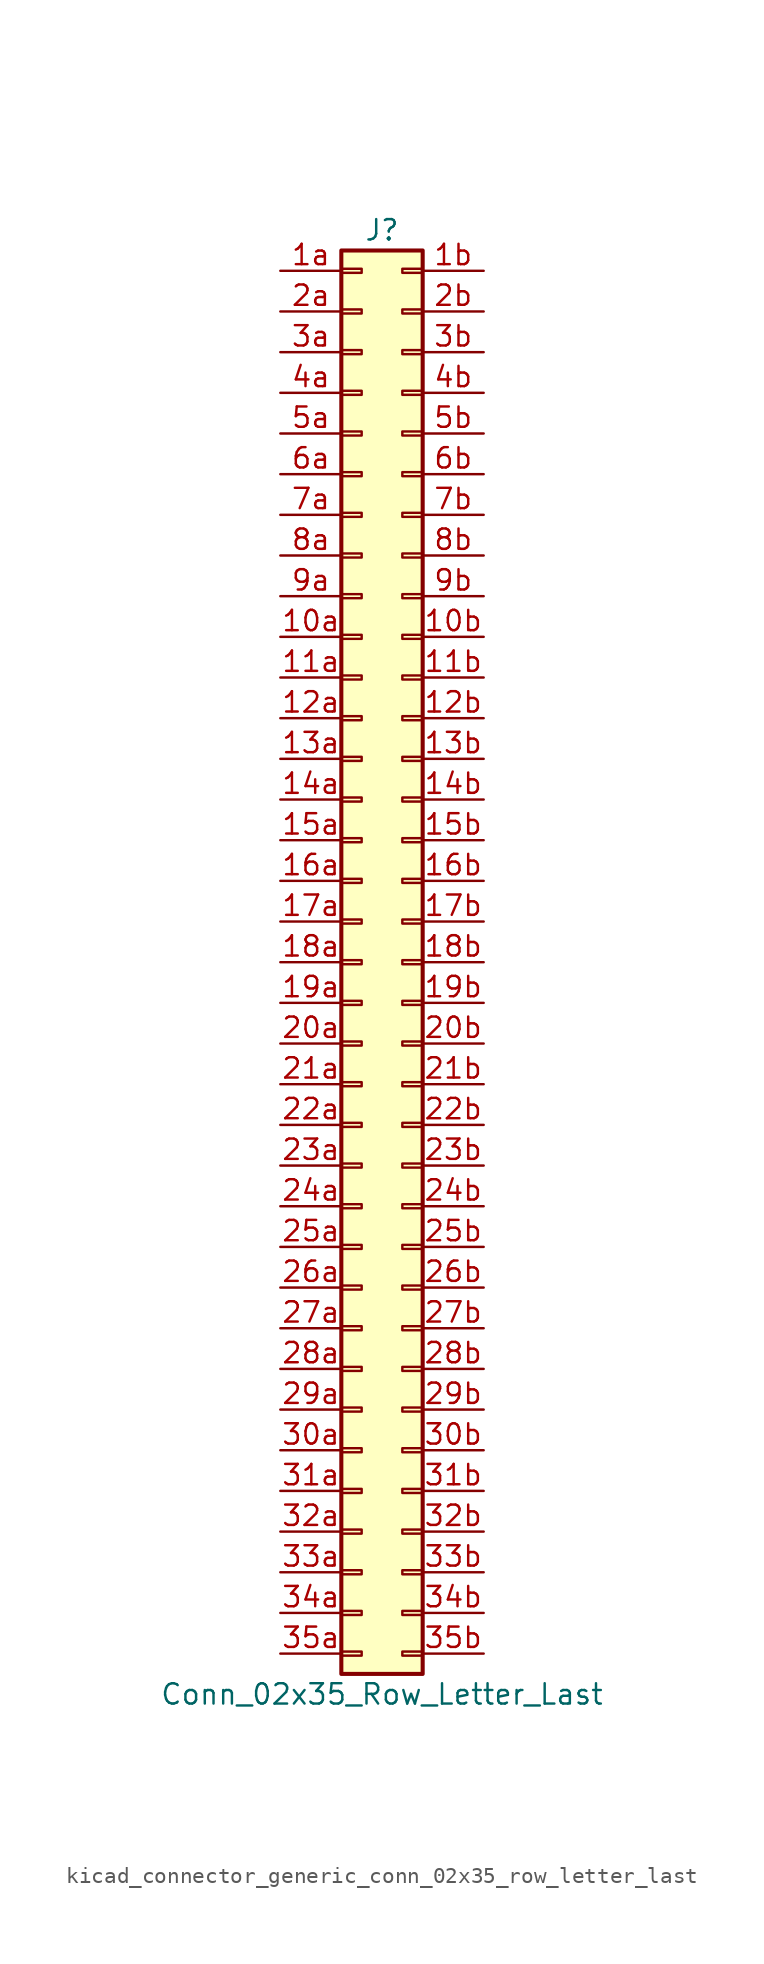
<source format=kicad_sym>
(kicad_symbol_lib
  (version 20220914)
  (generator kicad_symbol_editor)
  (symbol "kicad_connector_generic_conn_02x35_row_letter_last"
    (pin_names
      (offset 1.016) hide)
    (property "Reference" "J"
      (at 1.27 45.72 0)
      (effects (font (size 1.27 1.27))))
    (property "Value" "Conn_02x35_Row_Letter_Last"
      (at 1.27 -45.72 0)
      (effects (font (size 1.27 1.27))))
    (symbol "kicad_connector_generic_conn_02x35_row_letter_last_1_1"
      (rectangle (start -1.27 -43.053) (end 0 -43.307) (stroke (width 0.152) (type default)) (fill (type none)))
      (rectangle (start -1.27 -40.513) (end 0 -40.767) (stroke (width 0.152) (type default)) (fill (type none)))
      (rectangle (start -1.27 -37.973) (end 0 -38.227) (stroke (width 0.152) (type default)) (fill (type none)))
      (rectangle (start -1.27 -35.433) (end 0 -35.687) (stroke (width 0.152) (type default)) (fill (type none)))
      (rectangle (start -1.27 -32.893) (end 0 -33.147) (stroke (width 0.152) (type default)) (fill (type none)))
      (rectangle (start -1.27 -30.353) (end 0 -30.607) (stroke (width 0.152) (type default)) (fill (type none)))
      (rectangle (start -1.27 -27.813) (end 0 -28.067) (stroke (width 0.152) (type default)) (fill (type none)))
      (rectangle (start -1.27 -25.273) (end 0 -25.527) (stroke (width 0.152) (type default)) (fill (type none)))
      (rectangle (start -1.27 -22.733) (end 0 -22.987) (stroke (width 0.152) (type default)) (fill (type none)))
      (rectangle (start -1.27 -20.193) (end 0 -20.447) (stroke (width 0.152) (type default)) (fill (type none)))
      (rectangle (start -1.27 -17.653) (end 0 -17.907) (stroke (width 0.152) (type default)) (fill (type none)))
      (rectangle (start -1.27 -15.113) (end 0 -15.367) (stroke (width 0.152) (type default)) (fill (type none)))
      (rectangle (start -1.27 -12.573) (end 0 -12.827) (stroke (width 0.152) (type default)) (fill (type none)))
      (rectangle (start -1.27 -10.033) (end 0 -10.287) (stroke (width 0.152) (type default)) (fill (type none)))
      (rectangle (start -1.27 -7.493) (end 0 -7.747) (stroke (width 0.152) (type default)) (fill (type none)))
      (rectangle (start -1.27 -4.953) (end 0 -5.207) (stroke (width 0.152) (type default)) (fill (type none)))
      (rectangle (start -1.27 -2.413) (end 0 -2.667) (stroke (width 0.152) (type default)) (fill (type none)))
      (rectangle (start -1.27 0.127) (end 0 -0.127) (stroke (width 0.152) (type default)) (fill (type none)))
      (rectangle (start -1.27 2.667) (end 0 2.413) (stroke (width 0.152) (type default)) (fill (type none)))
      (rectangle (start -1.27 5.207) (end 0 4.953) (stroke (width 0.152) (type default)) (fill (type none)))
      (rectangle (start -1.27 7.747) (end 0 7.493) (stroke (width 0.152) (type default)) (fill (type none)))
      (rectangle (start -1.27 10.287) (end 0 10.033) (stroke (width 0.152) (type default)) (fill (type none)))
      (rectangle (start -1.27 12.827) (end 0 12.573) (stroke (width 0.152) (type default)) (fill (type none)))
      (rectangle (start -1.27 15.367) (end 0 15.113) (stroke (width 0.152) (type default)) (fill (type none)))
      (rectangle (start -1.27 17.907) (end 0 17.653) (stroke (width 0.152) (type default)) (fill (type none)))
      (rectangle (start -1.27 20.447) (end 0 20.193) (stroke (width 0.152) (type default)) (fill (type none)))
      (rectangle (start -1.27 22.987) (end 0 22.733) (stroke (width 0.152) (type default)) (fill (type none)))
      (rectangle (start -1.27 25.527) (end 0 25.273) (stroke (width 0.152) (type default)) (fill (type none)))
      (rectangle (start -1.27 28.067) (end 0 27.813) (stroke (width 0.152) (type default)) (fill (type none)))
      (rectangle (start -1.27 30.607) (end 0 30.353) (stroke (width 0.152) (type default)) (fill (type none)))
      (rectangle (start -1.27 33.147) (end 0 32.893) (stroke (width 0.152) (type default)) (fill (type none)))
      (rectangle (start -1.27 35.687) (end 0 35.433) (stroke (width 0.152) (type default)) (fill (type none)))
      (rectangle (start -1.27 38.227) (end 0 37.973) (stroke (width 0.152) (type default)) (fill (type none)))
      (rectangle (start -1.27 40.767) (end 0 40.513) (stroke (width 0.152) (type default)) (fill (type none)))
      (rectangle (start -1.27 43.307) (end 0 43.053) (stroke (width 0.152) (type default)) (fill (type none)))
      (rectangle (start -1.27 44.45) (end 3.81 -44.45) (stroke (width 0.254) (type default)) (fill (type background)))
      (rectangle (start 3.81 -43.053) (end 2.54 -43.307) (stroke (width 0.152) (type default)) (fill (type none)))
      (rectangle (start 3.81 -40.513) (end 2.54 -40.767) (stroke (width 0.152) (type default)) (fill (type none)))
      (rectangle (start 3.81 -37.973) (end 2.54 -38.227) (stroke (width 0.152) (type default)) (fill (type none)))
      (rectangle (start 3.81 -35.433) (end 2.54 -35.687) (stroke (width 0.152) (type default)) (fill (type none)))
      (rectangle (start 3.81 -32.893) (end 2.54 -33.147) (stroke (width 0.152) (type default)) (fill (type none)))
      (rectangle (start 3.81 -30.353) (end 2.54 -30.607) (stroke (width 0.152) (type default)) (fill (type none)))
      (rectangle (start 3.81 -27.813) (end 2.54 -28.067) (stroke (width 0.152) (type default)) (fill (type none)))
      (rectangle (start 3.81 -25.273) (end 2.54 -25.527) (stroke (width 0.152) (type default)) (fill (type none)))
      (rectangle (start 3.81 -22.733) (end 2.54 -22.987) (stroke (width 0.152) (type default)) (fill (type none)))
      (rectangle (start 3.81 -20.193) (end 2.54 -20.447) (stroke (width 0.152) (type default)) (fill (type none)))
      (rectangle (start 3.81 -17.653) (end 2.54 -17.907) (stroke (width 0.152) (type default)) (fill (type none)))
      (rectangle (start 3.81 -15.113) (end 2.54 -15.367) (stroke (width 0.152) (type default)) (fill (type none)))
      (rectangle (start 3.81 -12.573) (end 2.54 -12.827) (stroke (width 0.152) (type default)) (fill (type none)))
      (rectangle (start 3.81 -10.033) (end 2.54 -10.287) (stroke (width 0.152) (type default)) (fill (type none)))
      (rectangle (start 3.81 -7.493) (end 2.54 -7.747) (stroke (width 0.152) (type default)) (fill (type none)))
      (rectangle (start 3.81 -4.953) (end 2.54 -5.207) (stroke (width 0.152) (type default)) (fill (type none)))
      (rectangle (start 3.81 -2.413) (end 2.54 -2.667) (stroke (width 0.152) (type default)) (fill (type none)))
      (rectangle (start 3.81 0.127) (end 2.54 -0.127) (stroke (width 0.152) (type default)) (fill (type none)))
      (rectangle (start 3.81 2.667) (end 2.54 2.413) (stroke (width 0.152) (type default)) (fill (type none)))
      (rectangle (start 3.81 5.207) (end 2.54 4.953) (stroke (width 0.152) (type default)) (fill (type none)))
      (rectangle (start 3.81 7.747) (end 2.54 7.493) (stroke (width 0.152) (type default)) (fill (type none)))
      (rectangle (start 3.81 10.287) (end 2.54 10.033) (stroke (width 0.152) (type default)) (fill (type none)))
      (rectangle (start 3.81 12.827) (end 2.54 12.573) (stroke (width 0.152) (type default)) (fill (type none)))
      (rectangle (start 3.81 15.367) (end 2.54 15.113) (stroke (width 0.152) (type default)) (fill (type none)))
      (rectangle (start 3.81 17.907) (end 2.54 17.653) (stroke (width 0.152) (type default)) (fill (type none)))
      (rectangle (start 3.81 20.447) (end 2.54 20.193) (stroke (width 0.152) (type default)) (fill (type none)))
      (rectangle (start 3.81 22.987) (end 2.54 22.733) (stroke (width 0.152) (type default)) (fill (type none)))
      (rectangle (start 3.81 25.527) (end 2.54 25.273) (stroke (width 0.152) (type default)) (fill (type none)))
      (rectangle (start 3.81 28.067) (end 2.54 27.813) (stroke (width 0.152) (type default)) (fill (type none)))
      (rectangle (start 3.81 30.607) (end 2.54 30.353) (stroke (width 0.152) (type default)) (fill (type none)))
      (rectangle (start 3.81 33.147) (end 2.54 32.893) (stroke (width 0.152) (type default)) (fill (type none)))
      (rectangle (start 3.81 35.687) (end 2.54 35.433) (stroke (width 0.152) (type default)) (fill (type none)))
      (rectangle (start 3.81 38.227) (end 2.54 37.973) (stroke (width 0.152) (type default)) (fill (type none)))
      (rectangle (start 3.81 40.767) (end 2.54 40.513) (stroke (width 0.152) (type default)) (fill (type none)))
      (rectangle (start 3.81 43.307) (end 2.54 43.053) (stroke (width 0.152) (type default)) (fill (type none)))
      (pin passive line (at -5.08 20.32 0) (length 3.81) (name "Pin_10a" (effects (font (size 1.27 1.27)))) (number "10a" (effects (font (size 1.27 1.27)))))
      (pin passive line (at 7.62 20.32 180) (length 3.81) (name "Pin_10b" (effects (font (size 1.27 1.27)))) (number "10b" (effects (font (size 1.27 1.27)))))
      (pin passive line (at -5.08 17.78 0) (length 3.81) (name "Pin_11a" (effects (font (size 1.27 1.27)))) (number "11a" (effects (font (size 1.27 1.27)))))
      (pin passive line (at 7.62 17.78 180) (length 3.81) (name "Pin_11b" (effects (font (size 1.27 1.27)))) (number "11b" (effects (font (size 1.27 1.27)))))
      (pin passive line (at -5.08 15.24 0) (length 3.81) (name "Pin_12a" (effects (font (size 1.27 1.27)))) (number "12a" (effects (font (size 1.27 1.27)))))
      (pin passive line (at 7.62 15.24 180) (length 3.81) (name "Pin_12b" (effects (font (size 1.27 1.27)))) (number "12b" (effects (font (size 1.27 1.27)))))
      (pin passive line (at -5.08 12.7 0) (length 3.81) (name "Pin_13a" (effects (font (size 1.27 1.27)))) (number "13a" (effects (font (size 1.27 1.27)))))
      (pin passive line (at 7.62 12.7 180) (length 3.81) (name "Pin_13b" (effects (font (size 1.27 1.27)))) (number "13b" (effects (font (size 1.27 1.27)))))
      (pin passive line (at -5.08 10.16 0) (length 3.81) (name "Pin_14a" (effects (font (size 1.27 1.27)))) (number "14a" (effects (font (size 1.27 1.27)))))
      (pin passive line (at 7.62 10.16 180) (length 3.81) (name "Pin_14b" (effects (font (size 1.27 1.27)))) (number "14b" (effects (font (size 1.27 1.27)))))
      (pin passive line (at -5.08 7.62 0) (length 3.81) (name "Pin_15a" (effects (font (size 1.27 1.27)))) (number "15a" (effects (font (size 1.27 1.27)))))
      (pin passive line (at 7.62 7.62 180) (length 3.81) (name "Pin_15b" (effects (font (size 1.27 1.27)))) (number "15b" (effects (font (size 1.27 1.27)))))
      (pin passive line (at -5.08 5.08 0) (length 3.81) (name "Pin_16a" (effects (font (size 1.27 1.27)))) (number "16a" (effects (font (size 1.27 1.27)))))
      (pin passive line (at 7.62 5.08 180) (length 3.81) (name "Pin_16b" (effects (font (size 1.27 1.27)))) (number "16b" (effects (font (size 1.27 1.27)))))
      (pin passive line (at -5.08 2.54 0) (length 3.81) (name "Pin_17a" (effects (font (size 1.27 1.27)))) (number "17a" (effects (font (size 1.27 1.27)))))
      (pin passive line (at 7.62 2.54 180) (length 3.81) (name "Pin_17b" (effects (font (size 1.27 1.27)))) (number "17b" (effects (font (size 1.27 1.27)))))
      (pin passive line (at -5.08 0 0) (length 3.81) (name "Pin_18a" (effects (font (size 1.27 1.27)))) (number "18a" (effects (font (size 1.27 1.27)))))
      (pin passive line (at 7.62 0 180) (length 3.81) (name "Pin_18b" (effects (font (size 1.27 1.27)))) (number "18b" (effects (font (size 1.27 1.27)))))
      (pin passive line (at -5.08 -2.54 0) (length 3.81) (name "Pin_19a" (effects (font (size 1.27 1.27)))) (number "19a" (effects (font (size 1.27 1.27)))))
      (pin passive line (at 7.62 -2.54 180) (length 3.81) (name "Pin_19b" (effects (font (size 1.27 1.27)))) (number "19b" (effects (font (size 1.27 1.27)))))
      (pin passive line (at -5.08 43.18 0) (length 3.81) (name "Pin_1a" (effects (font (size 1.27 1.27)))) (number "1a" (effects (font (size 1.27 1.27)))))
      (pin passive line (at 7.62 43.18 180) (length 3.81) (name "Pin_1b" (effects (font (size 1.27 1.27)))) (number "1b" (effects (font (size 1.27 1.27)))))
      (pin passive line (at -5.08 -5.08 0) (length 3.81) (name "Pin_20a" (effects (font (size 1.27 1.27)))) (number "20a" (effects (font (size 1.27 1.27)))))
      (pin passive line (at 7.62 -5.08 180) (length 3.81) (name "Pin_20b" (effects (font (size 1.27 1.27)))) (number "20b" (effects (font (size 1.27 1.27)))))
      (pin passive line (at -5.08 -7.62 0) (length 3.81) (name "Pin_21a" (effects (font (size 1.27 1.27)))) (number "21a" (effects (font (size 1.27 1.27)))))
      (pin passive line (at 7.62 -7.62 180) (length 3.81) (name "Pin_21b" (effects (font (size 1.27 1.27)))) (number "21b" (effects (font (size 1.27 1.27)))))
      (pin passive line (at -5.08 -10.16 0) (length 3.81) (name "Pin_22a" (effects (font (size 1.27 1.27)))) (number "22a" (effects (font (size 1.27 1.27)))))
      (pin passive line (at 7.62 -10.16 180) (length 3.81) (name "Pin_22b" (effects (font (size 1.27 1.27)))) (number "22b" (effects (font (size 1.27 1.27)))))
      (pin passive line (at -5.08 -12.7 0) (length 3.81) (name "Pin_23a" (effects (font (size 1.27 1.27)))) (number "23a" (effects (font (size 1.27 1.27)))))
      (pin passive line (at 7.62 -12.7 180) (length 3.81) (name "Pin_23b" (effects (font (size 1.27 1.27)))) (number "23b" (effects (font (size 1.27 1.27)))))
      (pin passive line (at -5.08 -15.24 0) (length 3.81) (name "Pin_24a" (effects (font (size 1.27 1.27)))) (number "24a" (effects (font (size 1.27 1.27)))))
      (pin passive line (at 7.62 -15.24 180) (length 3.81) (name "Pin_24b" (effects (font (size 1.27 1.27)))) (number "24b" (effects (font (size 1.27 1.27)))))
      (pin passive line (at -5.08 -17.78 0) (length 3.81) (name "Pin_25a" (effects (font (size 1.27 1.27)))) (number "25a" (effects (font (size 1.27 1.27)))))
      (pin passive line (at 7.62 -17.78 180) (length 3.81) (name "Pin_25b" (effects (font (size 1.27 1.27)))) (number "25b" (effects (font (size 1.27 1.27)))))
      (pin passive line (at -5.08 -20.32 0) (length 3.81) (name "Pin_26a" (effects (font (size 1.27 1.27)))) (number "26a" (effects (font (size 1.27 1.27)))))
      (pin passive line (at 7.62 -20.32 180) (length 3.81) (name "Pin_26b" (effects (font (size 1.27 1.27)))) (number "26b" (effects (font (size 1.27 1.27)))))
      (pin passive line (at -5.08 -22.86 0) (length 3.81) (name "Pin_27a" (effects (font (size 1.27 1.27)))) (number "27a" (effects (font (size 1.27 1.27)))))
      (pin passive line (at 7.62 -22.86 180) (length 3.81) (name "Pin_27b" (effects (font (size 1.27 1.27)))) (number "27b" (effects (font (size 1.27 1.27)))))
      (pin passive line (at -5.08 -25.4 0) (length 3.81) (name "Pin_28a" (effects (font (size 1.27 1.27)))) (number "28a" (effects (font (size 1.27 1.27)))))
      (pin passive line (at 7.62 -25.4 180) (length 3.81) (name "Pin_28b" (effects (font (size 1.27 1.27)))) (number "28b" (effects (font (size 1.27 1.27)))))
      (pin passive line (at -5.08 -27.94 0) (length 3.81) (name "Pin_29a" (effects (font (size 1.27 1.27)))) (number "29a" (effects (font (size 1.27 1.27)))))
      (pin passive line (at 7.62 -27.94 180) (length 3.81) (name "Pin_29b" (effects (font (size 1.27 1.27)))) (number "29b" (effects (font (size 1.27 1.27)))))
      (pin passive line (at -5.08 40.64 0) (length 3.81) (name "Pin_2a" (effects (font (size 1.27 1.27)))) (number "2a" (effects (font (size 1.27 1.27)))))
      (pin passive line (at 7.62 40.64 180) (length 3.81) (name "Pin_2b" (effects (font (size 1.27 1.27)))) (number "2b" (effects (font (size 1.27 1.27)))))
      (pin passive line (at -5.08 -30.48 0) (length 3.81) (name "Pin_30a" (effects (font (size 1.27 1.27)))) (number "30a" (effects (font (size 1.27 1.27)))))
      (pin passive line (at 7.62 -30.48 180) (length 3.81) (name "Pin_30b" (effects (font (size 1.27 1.27)))) (number "30b" (effects (font (size 1.27 1.27)))))
      (pin passive line (at -5.08 -33.02 0) (length 3.81) (name "Pin_31a" (effects (font (size 1.27 1.27)))) (number "31a" (effects (font (size 1.27 1.27)))))
      (pin passive line (at 7.62 -33.02 180) (length 3.81) (name "Pin_31b" (effects (font (size 1.27 1.27)))) (number "31b" (effects (font (size 1.27 1.27)))))
      (pin passive line (at -5.08 -35.56 0) (length 3.81) (name "Pin_32a" (effects (font (size 1.27 1.27)))) (number "32a" (effects (font (size 1.27 1.27)))))
      (pin passive line (at 7.62 -35.56 180) (length 3.81) (name "Pin_32b" (effects (font (size 1.27 1.27)))) (number "32b" (effects (font (size 1.27 1.27)))))
      (pin passive line (at -5.08 -38.1 0) (length 3.81) (name "Pin_33a" (effects (font (size 1.27 1.27)))) (number "33a" (effects (font (size 1.27 1.27)))))
      (pin passive line (at 7.62 -38.1 180) (length 3.81) (name "Pin_33b" (effects (font (size 1.27 1.27)))) (number "33b" (effects (font (size 1.27 1.27)))))
      (pin passive line (at -5.08 -40.64 0) (length 3.81) (name "Pin_34a" (effects (font (size 1.27 1.27)))) (number "34a" (effects (font (size 1.27 1.27)))))
      (pin passive line (at 7.62 -40.64 180) (length 3.81) (name "Pin_34b" (effects (font (size 1.27 1.27)))) (number "34b" (effects (font (size 1.27 1.27)))))
      (pin passive line (at -5.08 -43.18 0) (length 3.81) (name "Pin_35a" (effects (font (size 1.27 1.27)))) (number "35a" (effects (font (size 1.27 1.27)))))
      (pin passive line (at 7.62 -43.18 180) (length 3.81) (name "Pin_35b" (effects (font (size 1.27 1.27)))) (number "35b" (effects (font (size 1.27 1.27)))))
      (pin passive line (at -5.08 38.1 0) (length 3.81) (name "Pin_3a" (effects (font (size 1.27 1.27)))) (number "3a" (effects (font (size 1.27 1.27)))))
      (pin passive line (at 7.62 38.1 180) (length 3.81) (name "Pin_3b" (effects (font (size 1.27 1.27)))) (number "3b" (effects (font (size 1.27 1.27)))))
      (pin passive line (at -5.08 35.56 0) (length 3.81) (name "Pin_4a" (effects (font (size 1.27 1.27)))) (number "4a" (effects (font (size 1.27 1.27)))))
      (pin passive line (at 7.62 35.56 180) (length 3.81) (name "Pin_4b" (effects (font (size 1.27 1.27)))) (number "4b" (effects (font (size 1.27 1.27)))))
      (pin passive line (at -5.08 33.02 0) (length 3.81) (name "Pin_5a" (effects (font (size 1.27 1.27)))) (number "5a" (effects (font (size 1.27 1.27)))))
      (pin passive line (at 7.62 33.02 180) (length 3.81) (name "Pin_5b" (effects (font (size 1.27 1.27)))) (number "5b" (effects (font (size 1.27 1.27)))))
      (pin passive line (at -5.08 30.48 0) (length 3.81) (name "Pin_6a" (effects (font (size 1.27 1.27)))) (number "6a" (effects (font (size 1.27 1.27)))))
      (pin passive line (at 7.62 30.48 180) (length 3.81) (name "Pin_6b" (effects (font (size 1.27 1.27)))) (number "6b" (effects (font (size 1.27 1.27)))))
      (pin passive line (at -5.08 27.94 0) (length 3.81) (name "Pin_7a" (effects (font (size 1.27 1.27)))) (number "7a" (effects (font (size 1.27 1.27)))))
      (pin passive line (at 7.62 27.94 180) (length 3.81) (name "Pin_7b" (effects (font (size 1.27 1.27)))) (number "7b" (effects (font (size 1.27 1.27)))))
      (pin passive line (at -5.08 25.4 0) (length 3.81) (name "Pin_8a" (effects (font (size 1.27 1.27)))) (number "8a" (effects (font (size 1.27 1.27)))))
      (pin passive line (at 7.62 25.4 180) (length 3.81) (name "Pin_8b" (effects (font (size 1.27 1.27)))) (number "8b" (effects (font (size 1.27 1.27)))))
      (pin passive line (at -5.08 22.86 0) (length 3.81) (name "Pin_9a" (effects (font (size 1.27 1.27)))) (number "9a" (effects (font (size 1.27 1.27)))))
      (pin passive line (at 7.62 22.86 180) (length 3.81) (name "Pin_9b" (effects (font (size 1.27 1.27)))) (number "9b" (effects (font (size 1.27 1.27))))))))
</source>
